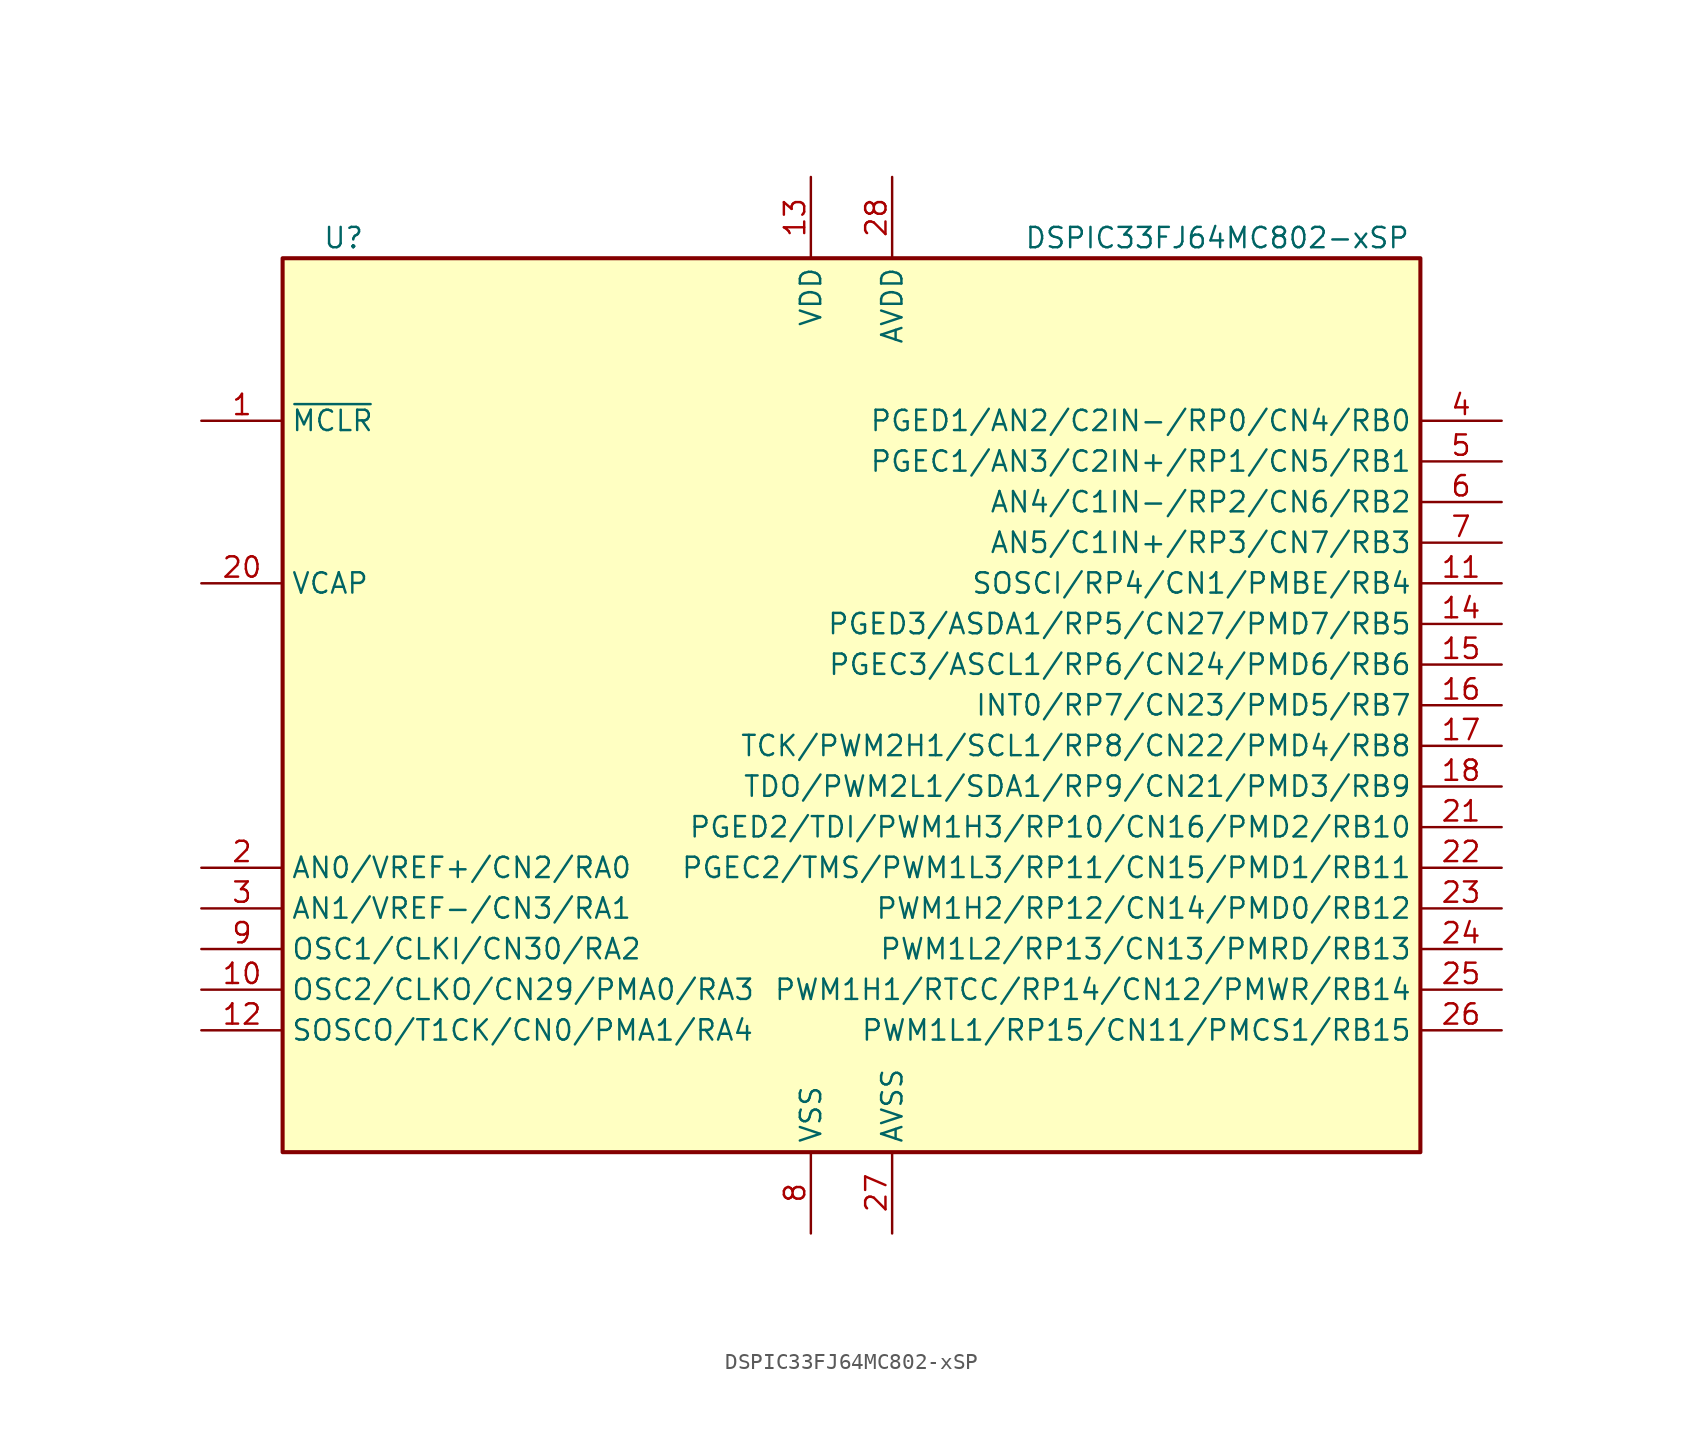
<source format=kicad_sym>
(kicad_symbol_lib
  (version 20241209)
  (generator "kicad_symbol_editor")
  (generator_version "9.0")
  (symbol "DSPIC33FJ64MC802-xSP"
    (property "Reference" "U"
      (at -31.75 29.21 0)
      (effects (font (size 1.27 1.27))))
    (property "Value" "DSPIC33FJ64MC802-xSP"
      (at 22.86 29.21 0)
      (effects (font (size 1.27 1.27))))
    (symbol "DSPIC33FJ64MC802-xSP_0_1"
      (rectangle (start -35.56 27.94) (end 35.56 -27.94) (stroke (width 0.254) (type default)) (fill (type background))))
    (symbol "DSPIC33FJ64MC802-xSP_1_1"
      (pin input line (at -40.64 17.78 0) (length 5.08) (name "~{MCLR}" (effects (font (size 1.27 1.27)))) (number "1" (effects (font (size 1.27 1.27)))))
      (pin passive line (at -40.64 7.62 0) (length 5.08) (name "VCAP" (effects (font (size 1.27 1.27)))) (number "20" (effects (font (size 1.27 1.27)))))
      (pin bidirectional line (at -40.64 -10.16 0) (length 5.08) (name "AN0/VREF+/CN2/RA0" (effects (font (size 1.27 1.27)))) (number "2" (effects (font (size 1.27 1.27)))))
      (pin bidirectional line (at -40.64 -12.7 0) (length 5.08) (name "AN1/VREF-/CN3/RA1" (effects (font (size 1.27 1.27)))) (number "3" (effects (font (size 1.27 1.27)))))
      (pin bidirectional line (at -40.64 -15.24 0) (length 5.08) (name "OSC1/CLKI/CN30/RA2" (effects (font (size 1.27 1.27)))) (number "9" (effects (font (size 1.27 1.27)))))
      (pin bidirectional line (at -40.64 -17.78 0) (length 5.08) (name "OSC2/CLKO/CN29/PMA0/RA3" (effects (font (size 1.27 1.27)))) (number "10" (effects (font (size 1.27 1.27)))))
      (pin bidirectional line (at -40.64 -20.32 0) (length 5.08) (name "SOSCO/T1CK/CN0/PMA1/RA4" (effects (font (size 1.27 1.27)))) (number "12" (effects (font (size 1.27 1.27)))))
      (pin power_in line (at -2.54 33.02 270) (length 5.08) (name "VDD" (effects (font (size 1.27 1.27)))) (number "13" (effects (font (size 1.27 1.27)))))
      (pin passive line (at -2.54 -33.02 90) (length 5.08) (hide yes) (name "VSS" (effects (font (size 1.27 1.27)))) (number "19" (effects (font (size 1.27 1.27)))))
      (pin power_in line (at -2.54 -33.02 90) (length 5.08) (name "VSS" (effects (font (size 1.27 1.27)))) (number "8" (effects (font (size 1.27 1.27)))))
      (pin power_in line (at 2.54 33.02 270) (length 5.08) (name "AVDD" (effects (font (size 1.27 1.27)))) (number "28" (effects (font (size 1.27 1.27)))))
      (pin power_in line (at 2.54 -33.02 90) (length 5.08) (name "AVSS" (effects (font (size 1.27 1.27)))) (number "27" (effects (font (size 1.27 1.27)))))
      (pin bidirectional line (at 40.64 17.78 180) (length 5.08) (name "PGED1/AN2/C2IN-/RP0/CN4/RB0" (effects (font (size 1.27 1.27)))) (number "4" (effects (font (size 1.27 1.27)))))
      (pin bidirectional line (at 40.64 15.24 180) (length 5.08) (name "PGEC1/AN3/C2IN+/RP1/CN5/RB1" (effects (font (size 1.27 1.27)))) (number "5" (effects (font (size 1.27 1.27)))))
      (pin bidirectional line (at 40.64 12.7 180) (length 5.08) (name "AN4/C1IN-/RP2/CN6/RB2" (effects (font (size 1.27 1.27)))) (number "6" (effects (font (size 1.27 1.27)))))
      (pin bidirectional line (at 40.64 10.16 180) (length 5.08) (name "AN5/C1IN+/RP3/CN7/RB3" (effects (font (size 1.27 1.27)))) (number "7" (effects (font (size 1.27 1.27)))))
      (pin bidirectional line (at 40.64 7.62 180) (length 5.08) (name "SOSCI/RP4/CN1/PMBE/RB4" (effects (font (size 1.27 1.27)))) (number "11" (effects (font (size 1.27 1.27)))))
      (pin bidirectional line (at 40.64 5.08 180) (length 5.08) (name "PGED3/ASDA1/RP5/CN27/PMD7/RB5" (effects (font (size 1.27 1.27)))) (number "14" (effects (font (size 1.27 1.27)))))
      (pin bidirectional line (at 40.64 2.54 180) (length 5.08) (name "PGEC3/ASCL1/RP6/CN24/PMD6/RB6" (effects (font (size 1.27 1.27)))) (number "15" (effects (font (size 1.27 1.27)))))
      (pin bidirectional line (at 40.64 0 180) (length 5.08) (name "INT0/RP7/CN23/PMD5/RB7" (effects (font (size 1.27 1.27)))) (number "16" (effects (font (size 1.27 1.27)))))
      (pin bidirectional line (at 40.64 -2.54 180) (length 5.08) (name "TCK/PWM2H1/SCL1/RP8/CN22/PMD4/RB8" (effects (font (size 1.27 1.27)))) (number "17" (effects (font (size 1.27 1.27)))))
      (pin bidirectional line (at 40.64 -5.08 180) (length 5.08) (name "TDO/PWM2L1/SDA1/RP9/CN21/PMD3/RB9" (effects (font (size 1.27 1.27)))) (number "18" (effects (font (size 1.27 1.27)))))
      (pin bidirectional line (at 40.64 -7.62 180) (length 5.08) (name "PGED2/TDI/PWM1H3/RP10/CN16/PMD2/RB10" (effects (font (size 1.27 1.27)))) (number "21" (effects (font (size 1.27 1.27)))))
      (pin bidirectional line (at 40.64 -10.16 180) (length 5.08) (name "PGEC2/TMS/PWM1L3/RP11/CN15/PMD1/RB11" (effects (font (size 1.27 1.27)))) (number "22" (effects (font (size 1.27 1.27)))))
      (pin bidirectional line (at 40.64 -12.7 180) (length 5.08) (name "PWM1H2/RP12/CN14/PMD0/RB12" (effects (font (size 1.27 1.27)))) (number "23" (effects (font (size 1.27 1.27)))))
      (pin bidirectional line (at 40.64 -15.24 180) (length 5.08) (name "PWM1L2/RP13/CN13/PMRD/RB13" (effects (font (size 1.27 1.27)))) (number "24" (effects (font (size 1.27 1.27)))))
      (pin bidirectional line (at 40.64 -17.78 180) (length 5.08) (name "PWM1H1/RTCC/RP14/CN12/PMWR/RB14" (effects (font (size 1.27 1.27)))) (number "25" (effects (font (size 1.27 1.27)))))
      (pin bidirectional line (at 40.64 -20.32 180) (length 5.08) (name "PWM1L1/RP15/CN11/PMCS1/RB15" (effects (font (size 1.27 1.27)))) (number "26" (effects (font (size 1.27 1.27))))))))
</source>
